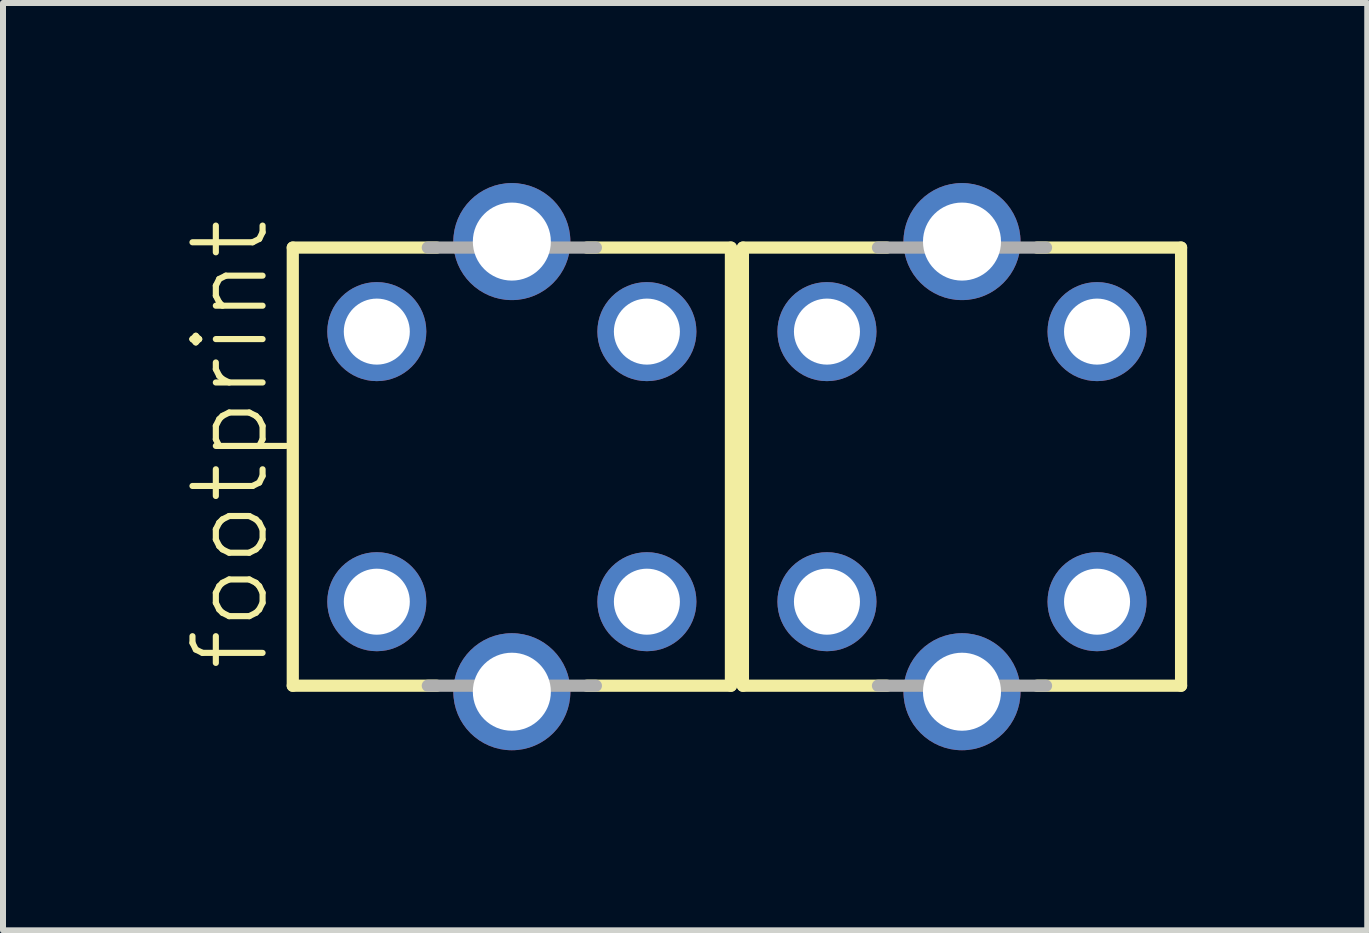
<source format=kicad_pcb>
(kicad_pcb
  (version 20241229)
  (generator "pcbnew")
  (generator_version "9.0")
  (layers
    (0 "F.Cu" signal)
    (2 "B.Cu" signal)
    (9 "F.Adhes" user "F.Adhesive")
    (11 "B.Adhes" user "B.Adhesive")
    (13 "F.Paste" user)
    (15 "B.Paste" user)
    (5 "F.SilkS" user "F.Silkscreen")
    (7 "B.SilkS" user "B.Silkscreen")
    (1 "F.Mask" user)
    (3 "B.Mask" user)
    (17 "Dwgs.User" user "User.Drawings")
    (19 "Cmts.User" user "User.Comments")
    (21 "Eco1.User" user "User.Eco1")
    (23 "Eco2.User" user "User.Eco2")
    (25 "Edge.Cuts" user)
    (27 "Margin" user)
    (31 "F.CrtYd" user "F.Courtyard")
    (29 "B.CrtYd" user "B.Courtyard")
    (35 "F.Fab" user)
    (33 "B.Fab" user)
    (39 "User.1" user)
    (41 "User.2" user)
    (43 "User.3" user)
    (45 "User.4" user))
  (footprint "footprint"
    (layer "F.Cu")
    (at 9.228 4.725)
    (property "Reference" "footprint" (at -7.755 3.448 90) (layer "F.SilkS") (effects (font (size 1.168 1.168) (thickness 0.102)) (justify left bottom)))
    (fp_line (start -7.4 -3.65) (end -5 -3.65) (stroke (width 0.203) (type solid)) (layer "F.SilkS"))
    (fp_line (start -7.4 3.65) (end -7.4 -3.65) (stroke (width 0.203) (type solid)) (layer "F.SilkS"))
    (fp_line (start -5 3.65) (end -7.4 3.65) (stroke (width 0.203) (type solid)) (layer "F.SilkS"))
    (fp_line (start -2.5 -3.65) (end -0.1 -3.65) (stroke (width 0.203) (type solid)) (layer "F.SilkS"))
    (fp_line (start -0.1 -3.65) (end -0.1 3.65) (stroke (width 0.203) (type solid)) (layer "F.SilkS"))
    (fp_line (start -0.1 3.65) (end -2.5 3.65) (stroke (width 0.203) (type solid)) (layer "F.SilkS"))
    (fp_line (start 0.1 -3.65) (end 2.5 -3.65) (stroke (width 0.203) (type solid)) (layer "F.SilkS"))
    (fp_line (start 0.1 3.65) (end 0.1 -3.65) (stroke (width 0.203) (type solid)) (layer "F.SilkS"))
    (fp_line (start 2.5 3.65) (end 0.1 3.65) (stroke (width 0.203) (type solid)) (layer "F.SilkS"))
    (fp_line (start 5 -3.65) (end 7.4 -3.65) (stroke (width 0.203) (type solid)) (layer "F.SilkS"))
    (fp_line (start 7.4 -3.65) (end 7.4 3.65) (stroke (width 0.203) (type solid)) (layer "F.SilkS"))
    (fp_line (start 7.4 3.65) (end 5 3.65) (stroke (width 0.203) (type solid)) (layer "F.SilkS"))
    (fp_line (start -5.15 -3.65) (end -2.35 -3.65) (stroke (width 0.203) (type solid)) (layer "F.Fab"))
    (fp_line (start -2.35 3.65) (end -5.15 3.65) (stroke (width 0.203) (type solid)) (layer "F.Fab"))
    (fp_line (start 2.35 -3.65) (end 5.15 -3.65) (stroke (width 0.203) (type solid)) (layer "F.Fab"))
    (fp_line (start 5.15 3.65) (end 2.35 3.65) (stroke (width 0.203) (type solid)) (layer "F.Fab"))
    (pad "1" thru_hole circle (at 1.5 2.25) (size 1.65 1.65) (drill 1.1) (layers "*.Cu" "*.Mask"))
    (pad "2" thru_hole circle (at 1.5 -2.25) (size 1.65 1.65) (drill 1.1) (layers "*.Cu" "*.Mask"))
    (pad "4" thru_hole circle (at 6 -2.25) (size 1.65 1.65) (drill 1.1) (layers "*.Cu" "*.Mask"))
    (pad "5" thru_hole circle (at 6 2.25) (size 1.65 1.65) (drill 1.1) (layers "*.Cu" "*.Mask"))
    (pad "21" thru_hole circle (at -6 2.25) (size 1.65 1.65) (drill 1.1) (layers "*.Cu" "*.Mask"))
    (pad "22" thru_hole circle (at -6 -2.25) (size 1.65 1.65) (drill 1.1) (layers "*.Cu" "*.Mask"))
    (pad "24" thru_hole circle (at -1.5 -2.25) (size 1.65 1.65) (drill 1.1) (layers "*.Cu" "*.Mask"))
    (pad "25" thru_hole circle (at -1.5 2.25) (size 1.65 1.65) (drill 1.1) (layers "*.Cu" "*.Mask"))
    (pad "S1" thru_hole circle (at 3.75 3.75) (size 1.95 1.95) (drill 1.3) (layers "*.Cu" "*.Mask"))
    (pad "S2" thru_hole circle (at 3.75 -3.75) (size 1.95 1.95) (drill 1.3) (layers "*.Cu" "*.Mask"))
    (pad "S3" thru_hole circle (at -3.75 3.75) (size 1.95 1.95) (drill 1.3) (layers "*.Cu" "*.Mask"))
    (pad "S4" thru_hole circle (at -3.75 -3.75) (size 1.95 1.95) (drill 1.3) (layers "*.Cu" "*.Mask")))
  (gr_rect
    (start -3 -3)
    (end 19.73 12.45)
    (stroke (width 0.1) (type default))
    (fill no)
    (layer "Edge.Cuts")))
</source>
